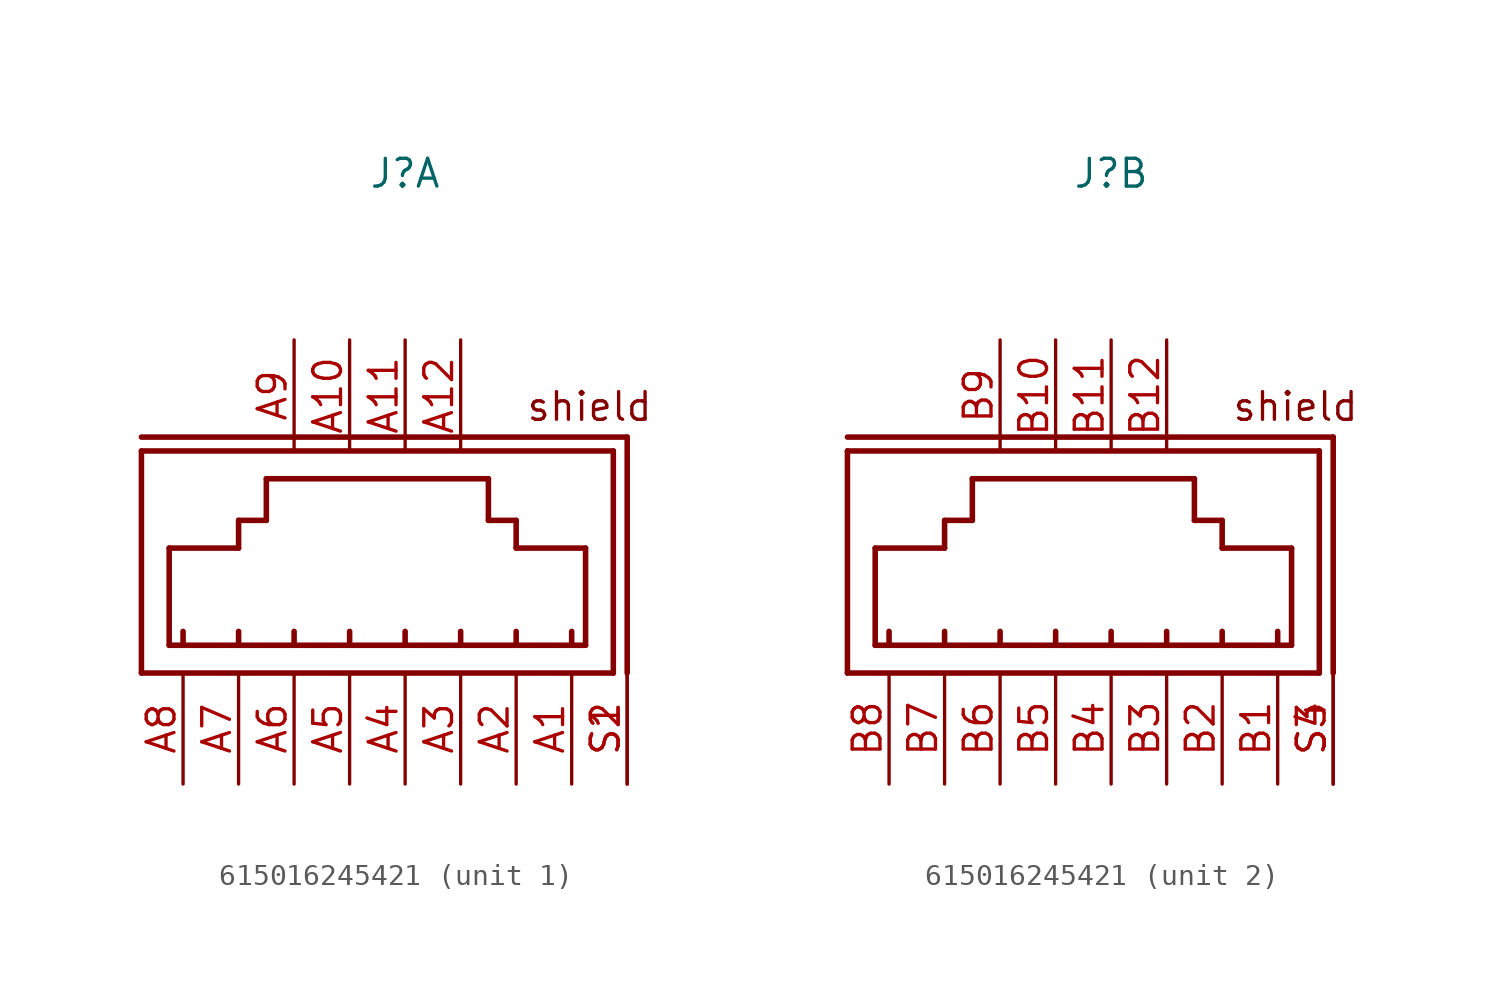
<source format=kicad_sym>
(kicad_symbol_lib
  (version 20241209)
  (generator "kicad_symbol_editor")
  (generator_version "9.0")
  (symbol "615016245421"
    (pin_names
      (hide yes))
    (property "Reference" "J"
      (at 0 17.78 0)
      (effects (font (size 1.27 1.27))))
    (property "ki_locked" ""
      (at 0 0 0)
      (effects (font (size 1.27 1.27))))
    (symbol "615016245421_1_0"
      (polyline (pts (xy -12.065 5.715) (xy 10.16 5.715)) (stroke (width 0.254) (type solid)) (fill (type none)))
      (polyline (pts (xy -12.065 5.08) (xy 9.525 5.08)) (stroke (width 0.254) (type solid)) (fill (type none)))
      (polyline (pts (xy -12.065 -5.08) (xy -12.065 5.08)) (stroke (width 0.254) (type solid)) (fill (type none)))
      (polyline (pts (xy -10.795 0.635) (xy -7.62 0.635)) (stroke (width 0.254) (type solid)) (fill (type none)))
      (polyline (pts (xy -10.795 -3.81) (xy -10.795 0.635)) (stroke (width 0.254) (type solid)) (fill (type none)))
      (polyline (pts (xy -10.16 -3.81) (xy -10.795 -3.81)) (stroke (width 0.254) (type solid)) (fill (type none)))
      (polyline (pts (xy -10.16 -3.81) (xy -10.16 -3.175)) (stroke (width 0.254) (type solid)) (fill (type none)))
      (polyline (pts (xy -7.62 1.905) (xy -6.35 1.905)) (stroke (width 0.254) (type solid)) (fill (type none)))
      (polyline (pts (xy -7.62 0.635) (xy -7.62 1.905)) (stroke (width 0.254) (type solid)) (fill (type none)))
      (polyline (pts (xy -7.62 -3.81) (xy -10.16 -3.81)) (stroke (width 0.254) (type solid)) (fill (type none)))
      (polyline (pts (xy -7.62 -3.81) (xy -7.62 -3.175)) (stroke (width 0.254) (type solid)) (fill (type none)))
      (polyline (pts (xy -6.35 3.81) (xy 3.81 3.81)) (stroke (width 0.254) (type solid)) (fill (type none)))
      (polyline (pts (xy -6.35 1.905) (xy -6.35 3.81)) (stroke (width 0.254) (type solid)) (fill (type none)))
      (polyline (pts (xy -5.08 -3.81) (xy -7.62 -3.81)) (stroke (width 0.254) (type solid)) (fill (type none)))
      (polyline (pts (xy -5.08 -3.81) (xy -5.08 -3.175)) (stroke (width 0.254) (type solid)) (fill (type none)))
      (polyline (pts (xy -2.54 -3.81) (xy -5.08 -3.81)) (stroke (width 0.254) (type solid)) (fill (type none)))
      (polyline (pts (xy -2.54 -3.81) (xy -2.54 -3.175)) (stroke (width 0.254) (type solid)) (fill (type none)))
      (polyline (pts (xy 0 -3.81) (xy -2.54 -3.81)) (stroke (width 0.254) (type solid)) (fill (type none)))
      (polyline (pts (xy 0 -3.81) (xy 0 -3.175)) (stroke (width 0.254) (type solid)) (fill (type none)))
      (polyline (pts (xy 2.54 -3.81) (xy 0 -3.81)) (stroke (width 0.254) (type solid)) (fill (type none)))
      (polyline (pts (xy 2.54 -3.81) (xy 2.54 -3.175)) (stroke (width 0.254) (type solid)) (fill (type none)))
      (polyline (pts (xy 3.81 1.905) (xy 3.81 3.81)) (stroke (width 0.254) (type solid)) (fill (type none)))
      (polyline (pts (xy 5.08 1.905) (xy 3.81 1.905)) (stroke (width 0.254) (type solid)) (fill (type none)))
      (polyline (pts (xy 5.08 0.635) (xy 5.08 1.905)) (stroke (width 0.254) (type solid)) (fill (type none)))
      (polyline (pts (xy 5.08 -3.81) (xy 2.54 -3.81)) (stroke (width 0.254) (type solid)) (fill (type none)))
      (polyline (pts (xy 5.08 -3.81) (xy 5.08 -3.175)) (stroke (width 0.254) (type solid)) (fill (type none)))
      (polyline (pts (xy 7.62 -3.81) (xy 5.08 -3.81)) (stroke (width 0.254) (type solid)) (fill (type none)))
      (polyline (pts (xy 7.62 -3.81) (xy 7.62 -3.175)) (stroke (width 0.254) (type solid)) (fill (type none)))
      (polyline (pts (xy 8.255 0.635) (xy 5.08 0.635)) (stroke (width 0.254) (type solid)) (fill (type none)))
      (polyline (pts (xy 8.255 0.635) (xy 8.255 -3.81)) (stroke (width 0.254) (type solid)) (fill (type none)))
      (polyline (pts (xy 8.255 -3.81) (xy 7.62 -3.81)) (stroke (width 0.254) (type solid)) (fill (type none)))
      (polyline (pts (xy 9.525 5.08) (xy 9.525 -5.08)) (stroke (width 0.254) (type solid)) (fill (type none)))
      (polyline (pts (xy 9.525 -5.08) (xy -12.065 -5.08)) (stroke (width 0.254) (type solid)) (fill (type none)))
      (polyline (pts (xy 10.16 5.715) (xy 10.16 -5.08)) (stroke (width 0.254) (type solid)) (fill (type none)))
      (pin passive line (at -10.16 -10.16 90) (length 5.08) (name "8" (effects (font (size 1.27 1.27)))) (number "A8" (effects (font (size 1.27 1.27)))))
      (pin passive line (at -7.62 -10.16 90) (length 5.08) (name "7" (effects (font (size 1.27 1.27)))) (number "A7" (effects (font (size 1.27 1.27)))))
      (pin passive line (at -5.08 10.16 270) (length 5.08) (name "Y+" (effects (font (size 1.27 1.27)))) (number "A9" (effects (font (size 1.27 1.27)))))
      (pin passive line (at -5.08 -10.16 90) (length 5.08) (name "6" (effects (font (size 1.27 1.27)))) (number "A6" (effects (font (size 1.27 1.27)))))
      (pin passive line (at -2.54 10.16 270) (length 5.08) (name "Y-" (effects (font (size 1.27 1.27)))) (number "A10" (effects (font (size 1.27 1.27)))))
      (pin passive line (at -2.54 -10.16 90) (length 5.08) (name "5" (effects (font (size 1.27 1.27)))) (number "A5" (effects (font (size 1.27 1.27)))))
      (pin passive line (at 0 10.16 270) (length 5.08) (name "G+" (effects (font (size 1.27 1.27)))) (number "A11" (effects (font (size 1.27 1.27)))))
      (pin passive line (at 0 -10.16 90) (length 5.08) (name "4" (effects (font (size 1.27 1.27)))) (number "A4" (effects (font (size 1.27 1.27)))))
      (pin passive line (at 2.54 10.16 270) (length 5.08) (name "G-" (effects (font (size 1.27 1.27)))) (number "A12" (effects (font (size 1.27 1.27)))))
      (pin passive line (at 2.54 -10.16 90) (length 5.08) (name "3" (effects (font (size 1.27 1.27)))) (number "A3" (effects (font (size 1.27 1.27)))))
      (pin passive line (at 5.08 -10.16 90) (length 5.08) (name "2" (effects (font (size 1.27 1.27)))) (number "A2" (effects (font (size 1.27 1.27)))))
      (pin passive line (at 7.62 -10.16 90) (length 5.08) (name "1" (effects (font (size 1.27 1.27)))) (number "A1" (effects (font (size 1.27 1.27)))))
      (pin passive line (at 10.16 -10.16 90) (length 5.08) (name "SHIELD" (effects (font (size 1.27 1.27)))) (number "S1" (effects (font (size 1.27 1.27)))))
      (pin passive line (at 10.16 -10.16 90) (length 5.08) (name "SHIELD" (effects (font (size 1.27 1.27)))) (number "S2" (effects (font (size 1.27 1.27))))))
    (symbol "615016245421_1_1"
      (text "shield" (at 5.495 6.365 0) (effects (font (size 1.27 1.27)) (justify left bottom))))
    (symbol "615016245421_2_0"
      (polyline (pts (xy -12.065 5.715) (xy 10.16 5.715)) (stroke (width 0.254) (type solid)) (fill (type none)))
      (polyline (pts (xy -12.065 5.08) (xy 9.525 5.08)) (stroke (width 0.254) (type solid)) (fill (type none)))
      (polyline (pts (xy -12.065 -5.08) (xy -12.065 5.08)) (stroke (width 0.254) (type solid)) (fill (type none)))
      (polyline (pts (xy -10.795 0.635) (xy -7.62 0.635)) (stroke (width 0.254) (type solid)) (fill (type none)))
      (polyline (pts (xy -10.795 -3.81) (xy -10.795 0.635)) (stroke (width 0.254) (type solid)) (fill (type none)))
      (polyline (pts (xy -10.16 -3.81) (xy -10.795 -3.81)) (stroke (width 0.254) (type solid)) (fill (type none)))
      (polyline (pts (xy -10.16 -3.81) (xy -10.16 -3.175)) (stroke (width 0.254) (type solid)) (fill (type none)))
      (polyline (pts (xy -7.62 1.905) (xy -6.35 1.905)) (stroke (width 0.254) (type solid)) (fill (type none)))
      (polyline (pts (xy -7.62 0.635) (xy -7.62 1.905)) (stroke (width 0.254) (type solid)) (fill (type none)))
      (polyline (pts (xy -7.62 -3.81) (xy -10.16 -3.81)) (stroke (width 0.254) (type solid)) (fill (type none)))
      (polyline (pts (xy -7.62 -3.81) (xy -7.62 -3.175)) (stroke (width 0.254) (type solid)) (fill (type none)))
      (polyline (pts (xy -6.35 3.81) (xy 3.81 3.81)) (stroke (width 0.254) (type solid)) (fill (type none)))
      (polyline (pts (xy -6.35 1.905) (xy -6.35 3.81)) (stroke (width 0.254) (type solid)) (fill (type none)))
      (polyline (pts (xy -5.08 -3.81) (xy -7.62 -3.81)) (stroke (width 0.254) (type solid)) (fill (type none)))
      (polyline (pts (xy -5.08 -3.81) (xy -5.08 -3.175)) (stroke (width 0.254) (type solid)) (fill (type none)))
      (polyline (pts (xy -2.54 -3.81) (xy -5.08 -3.81)) (stroke (width 0.254) (type solid)) (fill (type none)))
      (polyline (pts (xy -2.54 -3.81) (xy -2.54 -3.175)) (stroke (width 0.254) (type solid)) (fill (type none)))
      (polyline (pts (xy 0 -3.81) (xy -2.54 -3.81)) (stroke (width 0.254) (type solid)) (fill (type none)))
      (polyline (pts (xy 0 -3.81) (xy 0 -3.175)) (stroke (width 0.254) (type solid)) (fill (type none)))
      (polyline (pts (xy 2.54 -3.81) (xy 0 -3.81)) (stroke (width 0.254) (type solid)) (fill (type none)))
      (polyline (pts (xy 2.54 -3.81) (xy 2.54 -3.175)) (stroke (width 0.254) (type solid)) (fill (type none)))
      (polyline (pts (xy 3.81 1.905) (xy 3.81 3.81)) (stroke (width 0.254) (type solid)) (fill (type none)))
      (polyline (pts (xy 5.08 1.905) (xy 3.81 1.905)) (stroke (width 0.254) (type solid)) (fill (type none)))
      (polyline (pts (xy 5.08 0.635) (xy 5.08 1.905)) (stroke (width 0.254) (type solid)) (fill (type none)))
      (polyline (pts (xy 5.08 -3.81) (xy 2.54 -3.81)) (stroke (width 0.254) (type solid)) (fill (type none)))
      (polyline (pts (xy 5.08 -3.81) (xy 5.08 -3.175)) (stroke (width 0.254) (type solid)) (fill (type none)))
      (polyline (pts (xy 7.62 -3.81) (xy 5.08 -3.81)) (stroke (width 0.254) (type solid)) (fill (type none)))
      (polyline (pts (xy 7.62 -3.81) (xy 7.62 -3.175)) (stroke (width 0.254) (type solid)) (fill (type none)))
      (polyline (pts (xy 8.255 0.635) (xy 5.08 0.635)) (stroke (width 0.254) (type solid)) (fill (type none)))
      (polyline (pts (xy 8.255 0.635) (xy 8.255 -3.81)) (stroke (width 0.254) (type solid)) (fill (type none)))
      (polyline (pts (xy 8.255 -3.81) (xy 7.62 -3.81)) (stroke (width 0.254) (type solid)) (fill (type none)))
      (polyline (pts (xy 9.525 5.08) (xy 9.525 -5.08)) (stroke (width 0.254) (type solid)) (fill (type none)))
      (polyline (pts (xy 9.525 -5.08) (xy -12.065 -5.08)) (stroke (width 0.254) (type solid)) (fill (type none)))
      (polyline (pts (xy 10.16 5.715) (xy 10.16 -5.08)) (stroke (width 0.254) (type solid)) (fill (type none)))
      (pin passive line (at -10.16 -10.16 90) (length 5.08) (name "8" (effects (font (size 1.27 1.27)))) (number "B8" (effects (font (size 1.27 1.27)))))
      (pin passive line (at -7.62 -10.16 90) (length 5.08) (name "7" (effects (font (size 1.27 1.27)))) (number "B7" (effects (font (size 1.27 1.27)))))
      (pin passive line (at -5.08 10.16 270) (length 5.08) (name "Y+" (effects (font (size 1.27 1.27)))) (number "B9" (effects (font (size 1.27 1.27)))))
      (pin passive line (at -5.08 -10.16 90) (length 5.08) (name "6" (effects (font (size 1.27 1.27)))) (number "B6" (effects (font (size 1.27 1.27)))))
      (pin passive line (at -2.54 10.16 270) (length 5.08) (name "Y-" (effects (font (size 1.27 1.27)))) (number "B10" (effects (font (size 1.27 1.27)))))
      (pin passive line (at -2.54 -10.16 90) (length 5.08) (name "5" (effects (font (size 1.27 1.27)))) (number "B5" (effects (font (size 1.27 1.27)))))
      (pin passive line (at 0 10.16 270) (length 5.08) (name "G+" (effects (font (size 1.27 1.27)))) (number "B11" (effects (font (size 1.27 1.27)))))
      (pin passive line (at 0 -10.16 90) (length 5.08) (name "4" (effects (font (size 1.27 1.27)))) (number "B4" (effects (font (size 1.27 1.27)))))
      (pin passive line (at 2.54 10.16 270) (length 5.08) (name "G-" (effects (font (size 1.27 1.27)))) (number "B12" (effects (font (size 1.27 1.27)))))
      (pin passive line (at 2.54 -10.16 90) (length 5.08) (name "3" (effects (font (size 1.27 1.27)))) (number "B3" (effects (font (size 1.27 1.27)))))
      (pin passive line (at 5.08 -10.16 90) (length 5.08) (name "2" (effects (font (size 1.27 1.27)))) (number "B2" (effects (font (size 1.27 1.27)))))
      (pin passive line (at 7.62 -10.16 90) (length 5.08) (name "1" (effects (font (size 1.27 1.27)))) (number "B1" (effects (font (size 1.27 1.27)))))
      (pin passive line (at 10.16 -10.16 90) (length 5.08) (name "SHIELD" (effects (font (size 1.27 1.27)))) (number "S3" (effects (font (size 1.27 1.27)))))
      (pin passive line (at 10.16 -10.16 90) (length 5.08) (name "SHIELD" (effects (font (size 1.27 1.27)))) (number "S4" (effects (font (size 1.27 1.27))))))
    (symbol "615016245421_2_1"
      (text "shield" (at 5.495 6.365 0) (effects (font (size 1.27 1.27)) (justify left bottom))))))
</source>
